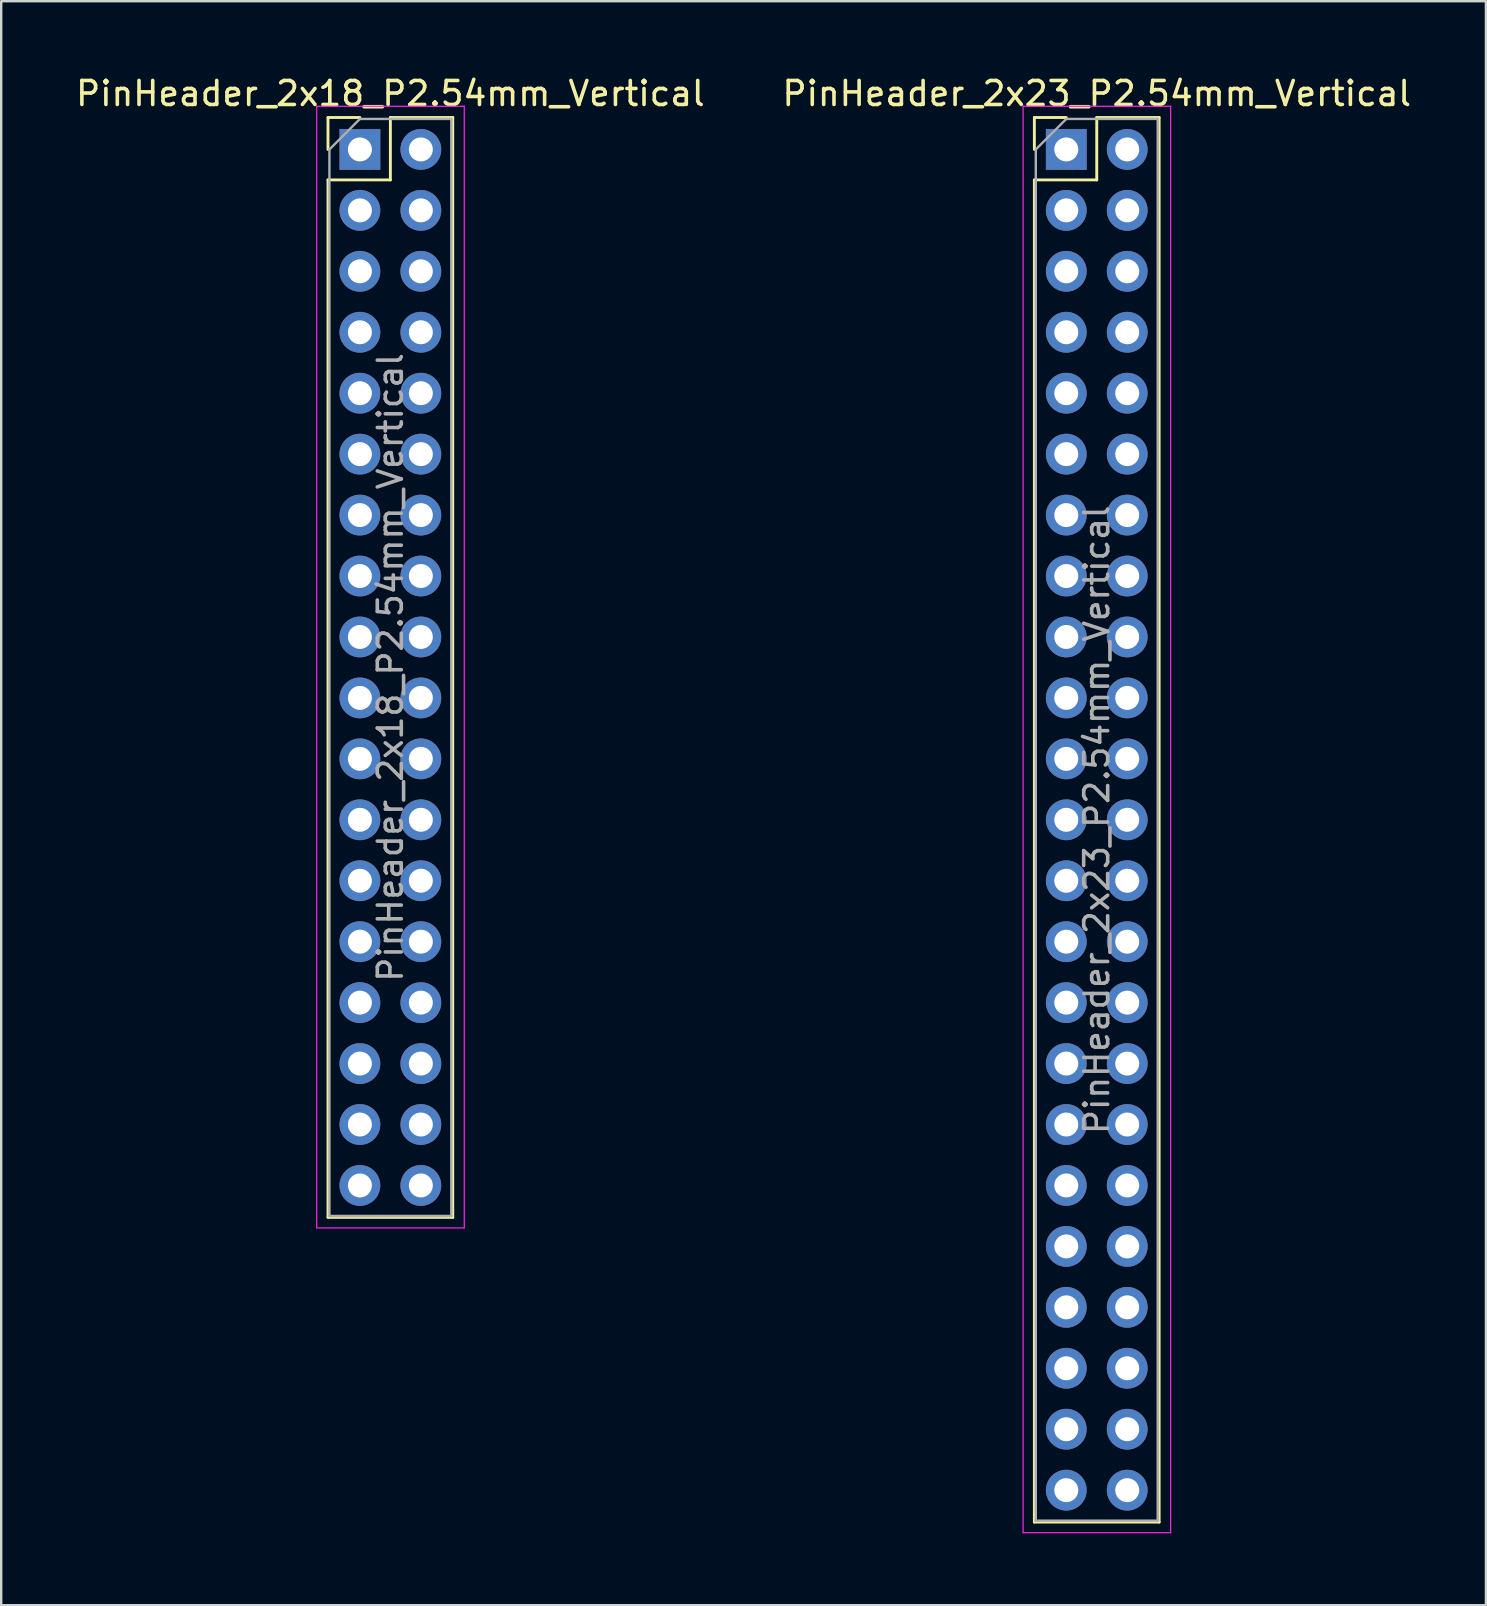
<source format=kicad_pcb>
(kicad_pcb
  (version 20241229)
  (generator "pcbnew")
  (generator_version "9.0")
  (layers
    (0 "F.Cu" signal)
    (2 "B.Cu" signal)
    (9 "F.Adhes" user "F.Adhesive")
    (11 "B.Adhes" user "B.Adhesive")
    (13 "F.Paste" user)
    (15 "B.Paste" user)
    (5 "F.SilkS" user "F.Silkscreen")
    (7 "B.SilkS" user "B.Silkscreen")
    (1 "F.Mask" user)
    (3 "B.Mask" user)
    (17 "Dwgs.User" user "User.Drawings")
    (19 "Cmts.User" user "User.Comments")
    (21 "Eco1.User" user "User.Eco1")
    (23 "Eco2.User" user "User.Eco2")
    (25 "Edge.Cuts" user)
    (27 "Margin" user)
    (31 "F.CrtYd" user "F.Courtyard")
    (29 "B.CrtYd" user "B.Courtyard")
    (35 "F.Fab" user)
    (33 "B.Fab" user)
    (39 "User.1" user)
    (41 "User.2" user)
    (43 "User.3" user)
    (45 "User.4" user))
  (footprint "PinHeader_2x18_P2.54mm_Vertical"
    (layer "F.Cu")
    (at 11.95 3.178)
    (property "Reference" "PinHeader_2x18_P2.54mm_Vertical" (at 1.27 -2.33 0) (layer "F.SilkS") (effects (font (size 1 1) (thickness 0.15))))
    (attr through_hole)
    (fp_line (start -1.33 -1.33) (end 0 -1.33) (stroke (width 0.12) (type solid)) (layer "F.SilkS"))
    (fp_line (start -1.33 0) (end -1.33 -1.33) (stroke (width 0.12) (type solid)) (layer "F.SilkS"))
    (fp_line (start -1.33 1.27) (end -1.33 44.51) (stroke (width 0.12) (type solid)) (layer "F.SilkS"))
    (fp_line (start -1.33 1.27) (end 1.27 1.27) (stroke (width 0.12) (type solid)) (layer "F.SilkS"))
    (fp_line (start -1.33 44.51) (end 3.87 44.51) (stroke (width 0.12) (type solid)) (layer "F.SilkS"))
    (fp_line (start 1.27 -1.33) (end 3.87 -1.33) (stroke (width 0.12) (type solid)) (layer "F.SilkS"))
    (fp_line (start 1.27 1.27) (end 1.27 -1.33) (stroke (width 0.12) (type solid)) (layer "F.SilkS"))
    (fp_line (start 3.87 -1.33) (end 3.87 44.51) (stroke (width 0.12) (type solid)) (layer "F.SilkS"))
    (fp_line (start -1.8 -1.8) (end -1.8 44.95) (stroke (width 0.05) (type solid)) (layer "F.CrtYd"))
    (fp_line (start -1.8 44.95) (end 4.35 44.95) (stroke (width 0.05) (type solid)) (layer "F.CrtYd"))
    (fp_line (start 4.35 -1.8) (end -1.8 -1.8) (stroke (width 0.05) (type solid)) (layer "F.CrtYd"))
    (fp_line (start 4.35 44.95) (end 4.35 -1.8) (stroke (width 0.05) (type solid)) (layer "F.CrtYd"))
    (fp_line (start -1.27 0) (end 0 -1.27) (stroke (width 0.1) (type solid)) (layer "F.Fab"))
    (fp_line (start -1.27 44.45) (end -1.27 0) (stroke (width 0.1) (type solid)) (layer "F.Fab"))
    (fp_line (start 0 -1.27) (end 3.81 -1.27) (stroke (width 0.1) (type solid)) (layer "F.Fab"))
    (fp_line (start 3.81 -1.27) (end 3.81 44.45) (stroke (width 0.1) (type solid)) (layer "F.Fab"))
    (fp_line (start 3.81 44.45) (end -1.27 44.45) (stroke (width 0.1) (type solid)) (layer "F.Fab"))
    (fp_text user "${REFERENCE}" (at 1.27 21.59 90) (layer "F.Fab") (effects (font (size 1 1) (thickness 0.15))))
    (pad "1" thru_hole rect (at 0 0) (size 1.7 1.7) (drill 1) (layers "*.Cu" "*.Mask"))
    (pad "2" thru_hole oval (at 2.54 0) (size 1.7 1.7) (drill 1) (layers "*.Cu" "*.Mask"))
    (pad "3" thru_hole oval (at 0 2.54) (size 1.7 1.7) (drill 1) (layers "*.Cu" "*.Mask"))
    (pad "4" thru_hole oval (at 2.54 2.54) (size 1.7 1.7) (drill 1) (layers "*.Cu" "*.Mask"))
    (pad "5" thru_hole oval (at 0 5.08) (size 1.7 1.7) (drill 1) (layers "*.Cu" "*.Mask"))
    (pad "6" thru_hole oval (at 2.54 5.08) (size 1.7 1.7) (drill 1) (layers "*.Cu" "*.Mask"))
    (pad "7" thru_hole oval (at 0 7.62) (size 1.7 1.7) (drill 1) (layers "*.Cu" "*.Mask"))
    (pad "8" thru_hole oval (at 2.54 7.62) (size 1.7 1.7) (drill 1) (layers "*.Cu" "*.Mask"))
    (pad "9" thru_hole oval (at 0 10.16) (size 1.7 1.7) (drill 1) (layers "*.Cu" "*.Mask"))
    (pad "10" thru_hole oval (at 2.54 10.16) (size 1.7 1.7) (drill 1) (layers "*.Cu" "*.Mask"))
    (pad "11" thru_hole oval (at 0 12.7) (size 1.7 1.7) (drill 1) (layers "*.Cu" "*.Mask"))
    (pad "12" thru_hole oval (at 2.54 12.7) (size 1.7 1.7) (drill 1) (layers "*.Cu" "*.Mask"))
    (pad "13" thru_hole oval (at 0 15.24) (size 1.7 1.7) (drill 1) (layers "*.Cu" "*.Mask"))
    (pad "14" thru_hole oval (at 2.54 15.24) (size 1.7 1.7) (drill 1) (layers "*.Cu" "*.Mask"))
    (pad "15" thru_hole oval (at 0 17.78) (size 1.7 1.7) (drill 1) (layers "*.Cu" "*.Mask"))
    (pad "16" thru_hole oval (at 2.54 17.78) (size 1.7 1.7) (drill 1) (layers "*.Cu" "*.Mask"))
    (pad "17" thru_hole oval (at 0 20.32) (size 1.7 1.7) (drill 1) (layers "*.Cu" "*.Mask"))
    (pad "18" thru_hole oval (at 2.54 20.32) (size 1.7 1.7) (drill 1) (layers "*.Cu" "*.Mask"))
    (pad "19" thru_hole oval (at 0 22.86) (size 1.7 1.7) (drill 1) (layers "*.Cu" "*.Mask"))
    (pad "20" thru_hole oval (at 2.54 22.86) (size 1.7 1.7) (drill 1) (layers "*.Cu" "*.Mask"))
    (pad "21" thru_hole oval (at 0 25.4) (size 1.7 1.7) (drill 1) (layers "*.Cu" "*.Mask"))
    (pad "22" thru_hole oval (at 2.54 25.4) (size 1.7 1.7) (drill 1) (layers "*.Cu" "*.Mask"))
    (pad "23" thru_hole oval (at 0 27.94) (size 1.7 1.7) (drill 1) (layers "*.Cu" "*.Mask"))
    (pad "24" thru_hole oval (at 2.54 27.94) (size 1.7 1.7) (drill 1) (layers "*.Cu" "*.Mask"))
    (pad "25" thru_hole oval (at 0 30.48) (size 1.7 1.7) (drill 1) (layers "*.Cu" "*.Mask"))
    (pad "26" thru_hole oval (at 2.54 30.48) (size 1.7 1.7) (drill 1) (layers "*.Cu" "*.Mask"))
    (pad "27" thru_hole oval (at 0 33.02) (size 1.7 1.7) (drill 1) (layers "*.Cu" "*.Mask"))
    (pad "28" thru_hole oval (at 2.54 33.02) (size 1.7 1.7) (drill 1) (layers "*.Cu" "*.Mask"))
    (pad "29" thru_hole oval (at 0 35.56) (size 1.7 1.7) (drill 1) (layers "*.Cu" "*.Mask"))
    (pad "30" thru_hole oval (at 2.54 35.56) (size 1.7 1.7) (drill 1) (layers "*.Cu" "*.Mask"))
    (pad "31" thru_hole oval (at 0 38.1) (size 1.7 1.7) (drill 1) (layers "*.Cu" "*.Mask"))
    (pad "32" thru_hole oval (at 2.54 38.1) (size 1.7 1.7) (drill 1) (layers "*.Cu" "*.Mask"))
    (pad "33" thru_hole oval (at 0 40.64) (size 1.7 1.7) (drill 1) (layers "*.Cu" "*.Mask"))
    (pad "34" thru_hole oval (at 2.54 40.64) (size 1.7 1.7) (drill 1) (layers "*.Cu" "*.Mask"))
    (pad "35" thru_hole oval (at 0 43.18) (size 1.7 1.7) (drill 1) (layers "*.Cu" "*.Mask"))
    (pad "36" thru_hole oval (at 2.54 43.18) (size 1.7 1.7) (drill 1) (layers "*.Cu" "*.Mask")))
  (footprint "PinHeader_2x23_P2.54mm_Vertical"
    (layer "F.Cu")
    (at 41.391 3.178)
    (property "Reference" "PinHeader_2x23_P2.54mm_Vertical" (at 1.27 -2.33 0) (layer "F.SilkS") (effects (font (size 1 1) (thickness 0.15))))
    (attr through_hole)
    (fp_line (start -1.33 -1.33) (end 0 -1.33) (stroke (width 0.12) (type solid)) (layer "F.SilkS"))
    (fp_line (start -1.33 0) (end -1.33 -1.33) (stroke (width 0.12) (type solid)) (layer "F.SilkS"))
    (fp_line (start -1.33 1.27) (end -1.33 57.21) (stroke (width 0.12) (type solid)) (layer "F.SilkS"))
    (fp_line (start -1.33 1.27) (end 1.27 1.27) (stroke (width 0.12) (type solid)) (layer "F.SilkS"))
    (fp_line (start -1.33 57.21) (end 3.87 57.21) (stroke (width 0.12) (type solid)) (layer "F.SilkS"))
    (fp_line (start 1.27 -1.33) (end 3.87 -1.33) (stroke (width 0.12) (type solid)) (layer "F.SilkS"))
    (fp_line (start 1.27 1.27) (end 1.27 -1.33) (stroke (width 0.12) (type solid)) (layer "F.SilkS"))
    (fp_line (start 3.87 -1.33) (end 3.87 57.21) (stroke (width 0.12) (type solid)) (layer "F.SilkS"))
    (fp_line (start -1.8 -1.8) (end -1.8 57.65) (stroke (width 0.05) (type solid)) (layer "F.CrtYd"))
    (fp_line (start -1.8 57.65) (end 4.35 57.65) (stroke (width 0.05) (type solid)) (layer "F.CrtYd"))
    (fp_line (start 4.35 -1.8) (end -1.8 -1.8) (stroke (width 0.05) (type solid)) (layer "F.CrtYd"))
    (fp_line (start 4.35 57.65) (end 4.35 -1.8) (stroke (width 0.05) (type solid)) (layer "F.CrtYd"))
    (fp_line (start -1.27 0) (end 0 -1.27) (stroke (width 0.1) (type solid)) (layer "F.Fab"))
    (fp_line (start -1.27 57.15) (end -1.27 0) (stroke (width 0.1) (type solid)) (layer "F.Fab"))
    (fp_line (start 0 -1.27) (end 3.81 -1.27) (stroke (width 0.1) (type solid)) (layer "F.Fab"))
    (fp_line (start 3.81 -1.27) (end 3.81 57.15) (stroke (width 0.1) (type solid)) (layer "F.Fab"))
    (fp_line (start 3.81 57.15) (end -1.27 57.15) (stroke (width 0.1) (type solid)) (layer "F.Fab"))
    (fp_text user "${REFERENCE}" (at 1.27 27.94 90) (layer "F.Fab") (effects (font (size 1 1) (thickness 0.15))))
    (pad "1" thru_hole rect (at 0 0) (size 1.7 1.7) (drill 1) (layers "*.Cu" "*.Mask"))
    (pad "2" thru_hole oval (at 2.54 0) (size 1.7 1.7) (drill 1) (layers "*.Cu" "*.Mask"))
    (pad "3" thru_hole oval (at 0 2.54) (size 1.7 1.7) (drill 1) (layers "*.Cu" "*.Mask"))
    (pad "4" thru_hole oval (at 2.54 2.54) (size 1.7 1.7) (drill 1) (layers "*.Cu" "*.Mask"))
    (pad "5" thru_hole oval (at 0 5.08) (size 1.7 1.7) (drill 1) (layers "*.Cu" "*.Mask"))
    (pad "6" thru_hole oval (at 2.54 5.08) (size 1.7 1.7) (drill 1) (layers "*.Cu" "*.Mask"))
    (pad "7" thru_hole oval (at 0 7.62) (size 1.7 1.7) (drill 1) (layers "*.Cu" "*.Mask"))
    (pad "8" thru_hole oval (at 2.54 7.62) (size 1.7 1.7) (drill 1) (layers "*.Cu" "*.Mask"))
    (pad "9" thru_hole oval (at 0 10.16) (size 1.7 1.7) (drill 1) (layers "*.Cu" "*.Mask"))
    (pad "10" thru_hole oval (at 2.54 10.16) (size 1.7 1.7) (drill 1) (layers "*.Cu" "*.Mask"))
    (pad "11" thru_hole oval (at 0 12.7) (size 1.7 1.7) (drill 1) (layers "*.Cu" "*.Mask"))
    (pad "12" thru_hole oval (at 2.54 12.7) (size 1.7 1.7) (drill 1) (layers "*.Cu" "*.Mask"))
    (pad "13" thru_hole oval (at 0 15.24) (size 1.7 1.7) (drill 1) (layers "*.Cu" "*.Mask"))
    (pad "14" thru_hole oval (at 2.54 15.24) (size 1.7 1.7) (drill 1) (layers "*.Cu" "*.Mask"))
    (pad "15" thru_hole oval (at 0 17.78) (size 1.7 1.7) (drill 1) (layers "*.Cu" "*.Mask"))
    (pad "16" thru_hole oval (at 2.54 17.78) (size 1.7 1.7) (drill 1) (layers "*.Cu" "*.Mask"))
    (pad "17" thru_hole oval (at 0 20.32) (size 1.7 1.7) (drill 1) (layers "*.Cu" "*.Mask"))
    (pad "18" thru_hole oval (at 2.54 20.32) (size 1.7 1.7) (drill 1) (layers "*.Cu" "*.Mask"))
    (pad "19" thru_hole oval (at 0 22.86) (size 1.7 1.7) (drill 1) (layers "*.Cu" "*.Mask"))
    (pad "20" thru_hole oval (at 2.54 22.86) (size 1.7 1.7) (drill 1) (layers "*.Cu" "*.Mask"))
    (pad "21" thru_hole oval (at 0 25.4) (size 1.7 1.7) (drill 1) (layers "*.Cu" "*.Mask"))
    (pad "22" thru_hole oval (at 2.54 25.4) (size 1.7 1.7) (drill 1) (layers "*.Cu" "*.Mask"))
    (pad "23" thru_hole oval (at 0 27.94) (size 1.7 1.7) (drill 1) (layers "*.Cu" "*.Mask"))
    (pad "24" thru_hole oval (at 2.54 27.94) (size 1.7 1.7) (drill 1) (layers "*.Cu" "*.Mask"))
    (pad "25" thru_hole oval (at 0 30.48) (size 1.7 1.7) (drill 1) (layers "*.Cu" "*.Mask"))
    (pad "26" thru_hole oval (at 2.54 30.48) (size 1.7 1.7) (drill 1) (layers "*.Cu" "*.Mask"))
    (pad "27" thru_hole oval (at 0 33.02) (size 1.7 1.7) (drill 1) (layers "*.Cu" "*.Mask"))
    (pad "28" thru_hole oval (at 2.54 33.02) (size 1.7 1.7) (drill 1) (layers "*.Cu" "*.Mask"))
    (pad "29" thru_hole oval (at 0 35.56) (size 1.7 1.7) (drill 1) (layers "*.Cu" "*.Mask"))
    (pad "30" thru_hole oval (at 2.54 35.56) (size 1.7 1.7) (drill 1) (layers "*.Cu" "*.Mask"))
    (pad "31" thru_hole oval (at 0 38.1) (size 1.7 1.7) (drill 1) (layers "*.Cu" "*.Mask"))
    (pad "32" thru_hole oval (at 2.54 38.1) (size 1.7 1.7) (drill 1) (layers "*.Cu" "*.Mask"))
    (pad "33" thru_hole oval (at 0 40.64) (size 1.7 1.7) (drill 1) (layers "*.Cu" "*.Mask"))
    (pad "34" thru_hole oval (at 2.54 40.64) (size 1.7 1.7) (drill 1) (layers "*.Cu" "*.Mask"))
    (pad "35" thru_hole oval (at 0 43.18) (size 1.7 1.7) (drill 1) (layers "*.Cu" "*.Mask"))
    (pad "36" thru_hole oval (at 2.54 43.18) (size 1.7 1.7) (drill 1) (layers "*.Cu" "*.Mask"))
    (pad "37" thru_hole oval (at 0 45.72) (size 1.7 1.7) (drill 1) (layers "*.Cu" "*.Mask"))
    (pad "38" thru_hole oval (at 2.54 45.72) (size 1.7 1.7) (drill 1) (layers "*.Cu" "*.Mask"))
    (pad "39" thru_hole oval (at 0 48.26) (size 1.7 1.7) (drill 1) (layers "*.Cu" "*.Mask"))
    (pad "40" thru_hole oval (at 2.54 48.26) (size 1.7 1.7) (drill 1) (layers "*.Cu" "*.Mask"))
    (pad "41" thru_hole oval (at 0 50.8) (size 1.7 1.7) (drill 1) (layers "*.Cu" "*.Mask"))
    (pad "42" thru_hole oval (at 2.54 50.8) (size 1.7 1.7) (drill 1) (layers "*.Cu" "*.Mask"))
    (pad "43" thru_hole oval (at 0 53.34) (size 1.7 1.7) (drill 1) (layers "*.Cu" "*.Mask"))
    (pad "44" thru_hole oval (at 2.54 53.34) (size 1.7 1.7) (drill 1) (layers "*.Cu" "*.Mask"))
    (pad "45" thru_hole oval (at 0 55.88) (size 1.7 1.7) (drill 1) (layers "*.Cu" "*.Mask"))
    (pad "46" thru_hole oval (at 2.54 55.88) (size 1.7 1.7) (drill 1) (layers "*.Cu" "*.Mask")))
  (gr_rect
    (start -3 -3)
    (end 58.881 63.853)
    (stroke (width 0.1) (type default))
    (fill no)
    (layer "Edge.Cuts")))
</source>
